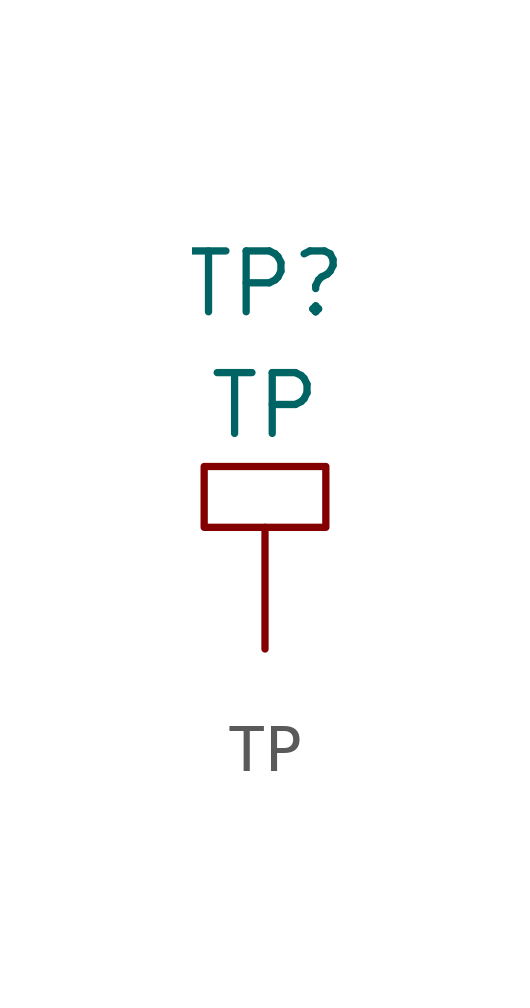
<source format=kicad_sym>
(kicad_symbol_lib
  (version 20220914)
  (generator kicad_symbol_editor)
  (symbol "TP"
    (pin_numbers hide)
    (pin_names
      (offset 1.27) hide)
    (property "Reference" "TP"
      (at 0 7.62 0)
      (effects (font (size 1.27 1.27))))
    (property "Value" "TP"
      (at 0 5.08 0)
      (effects (font (size 1.27 1.27))))
    (symbol "TP_0_1"
      (polyline (pts (xy 0 2.54) (xy 1.27 2.54) (xy 1.27 3.81) (xy -1.27 3.81) (xy -1.27 2.54) (xy 0 2.54)) (stroke (width 0) (type default)) (fill (type none))))
    (symbol "TP_1_1"
      (pin passive line (at 0 0 90) (length 2.54) (name "TP" (effects (font (size 1.27 1.27)))) (number "1" (effects (font (size 1.27 1.27))))))))
</source>
